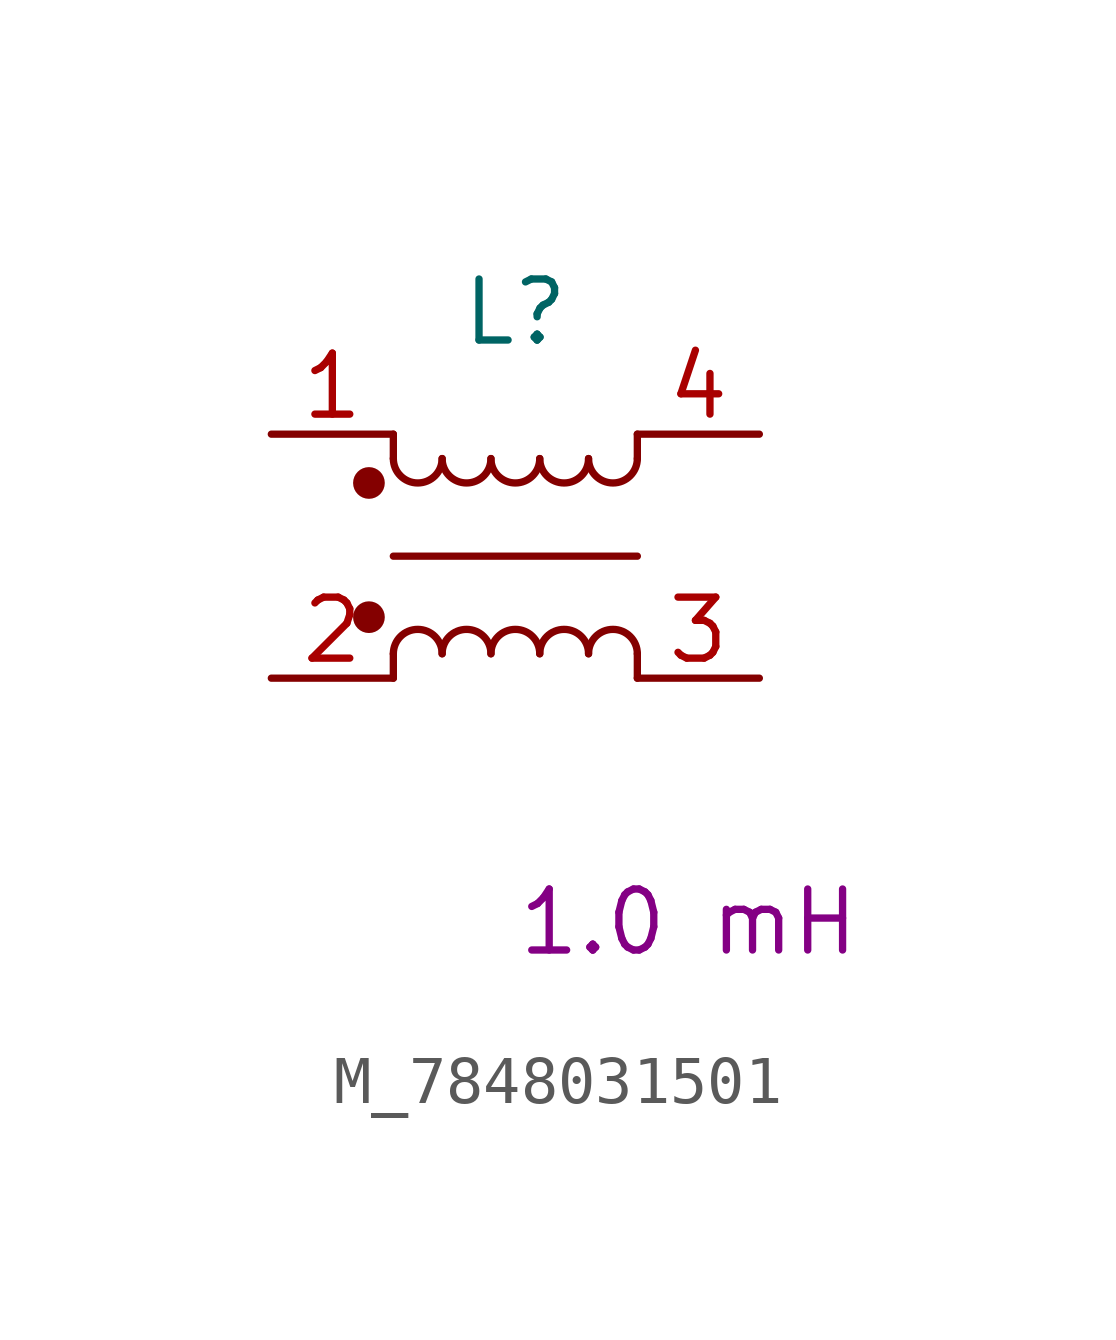
<source format=kicad_sym>
(kicad_symbol_lib
  (version 20220914)
  (generator kicad_symbol_editor)
  (symbol "M_7848031501"
    (pin_names hide)
    (property "Reference" "L"
      (at 0 5.08 0)
      (effects (font (size 1.27 1.27))))
    (property "Critical Parameter" "1.0 mH"
      (at 0 -7.62 0)
      (effects (font (size 1.27 1.27)) (justify left)))
    (symbol "M_7848031501_0_1"
      (circle (center -3.048 -1.27) (radius 0.254) (stroke (width 0) (type default)) (fill (type outline)))
      (circle (center -3.048 1.524) (radius 0.254) (stroke (width 0) (type default)) (fill (type outline)))
      (arc (start -2.54 2.032) (mid -2.032 1.5262) (end -1.524 2.032) (stroke (width 0) (type default)) (fill (type none)))
      (arc (start -1.524 -2.032) (mid -2.032 -1.5262) (end -2.54 -2.032) (stroke (width 0) (type default)) (fill (type none)))
      (arc (start -1.524 2.032) (mid -1.016 1.5262) (end -0.508 2.032) (stroke (width 0) (type default)) (fill (type none)))
      (arc (start -0.508 -2.032) (mid -1.016 -1.5262) (end -1.524 -2.032) (stroke (width 0) (type default)) (fill (type none)))
      (arc (start -0.508 2.032) (mid 0 1.5262) (end 0.508 2.032) (stroke (width 0) (type default)) (fill (type none)))
      (polyline (pts (xy -2.54 -2.032) (xy -2.54 -2.54)) (stroke (width 0) (type default)) (fill (type none)))
      (polyline (pts (xy -2.54 2.032) (xy -2.54 2.54)) (stroke (width 0) (type default)) (fill (type none)))
      (polyline (pts (xy 2.54 -2.032) (xy 2.54 -2.54)) (stroke (width 0) (type default)) (fill (type none)))
      (polyline (pts (xy 2.54 0) (xy -2.54 0)) (stroke (width 0) (type default)) (fill (type none)))
      (polyline (pts (xy 2.54 2.54) (xy 2.54 2.032)) (stroke (width 0) (type default)) (fill (type none)))
      (arc (start 0.508 -2.032) (mid 0 -1.5262) (end -0.508 -2.032) (stroke (width 0) (type default)) (fill (type none)))
      (arc (start 0.508 2.032) (mid 1.016 1.5262) (end 1.524 2.032) (stroke (width 0) (type default)) (fill (type none)))
      (arc (start 1.524 -2.032) (mid 1.016 -1.5262) (end 0.508 -2.032) (stroke (width 0) (type default)) (fill (type none)))
      (arc (start 1.524 2.032) (mid 2.032 1.5262) (end 2.54 2.032) (stroke (width 0) (type default)) (fill (type none)))
      (arc (start 2.54 -2.032) (mid 2.032 -1.5262) (end 1.524 -2.032) (stroke (width 0) (type default)) (fill (type none))))
    (symbol "M_7848031501_1_1"
      (pin passive line (at -5.08 2.54 0) (length 2.54) (name "1" (effects (font (size 1.27 1.27)))) (number "1" (effects (font (size 1.27 1.27)))))
      (pin passive line (at -5.08 -2.54 0) (length 2.54) (name "2" (effects (font (size 1.27 1.27)))) (number "2" (effects (font (size 1.27 1.27)))))
      (pin passive line (at 5.08 -2.54 180) (length 2.54) (name "3" (effects (font (size 1.27 1.27)))) (number "3" (effects (font (size 1.27 1.27)))))
      (pin passive line (at 5.08 2.54 180) (length 2.54) (name "4" (effects (font (size 1.27 1.27)))) (number "4" (effects (font (size 1.27 1.27))))))))
</source>
